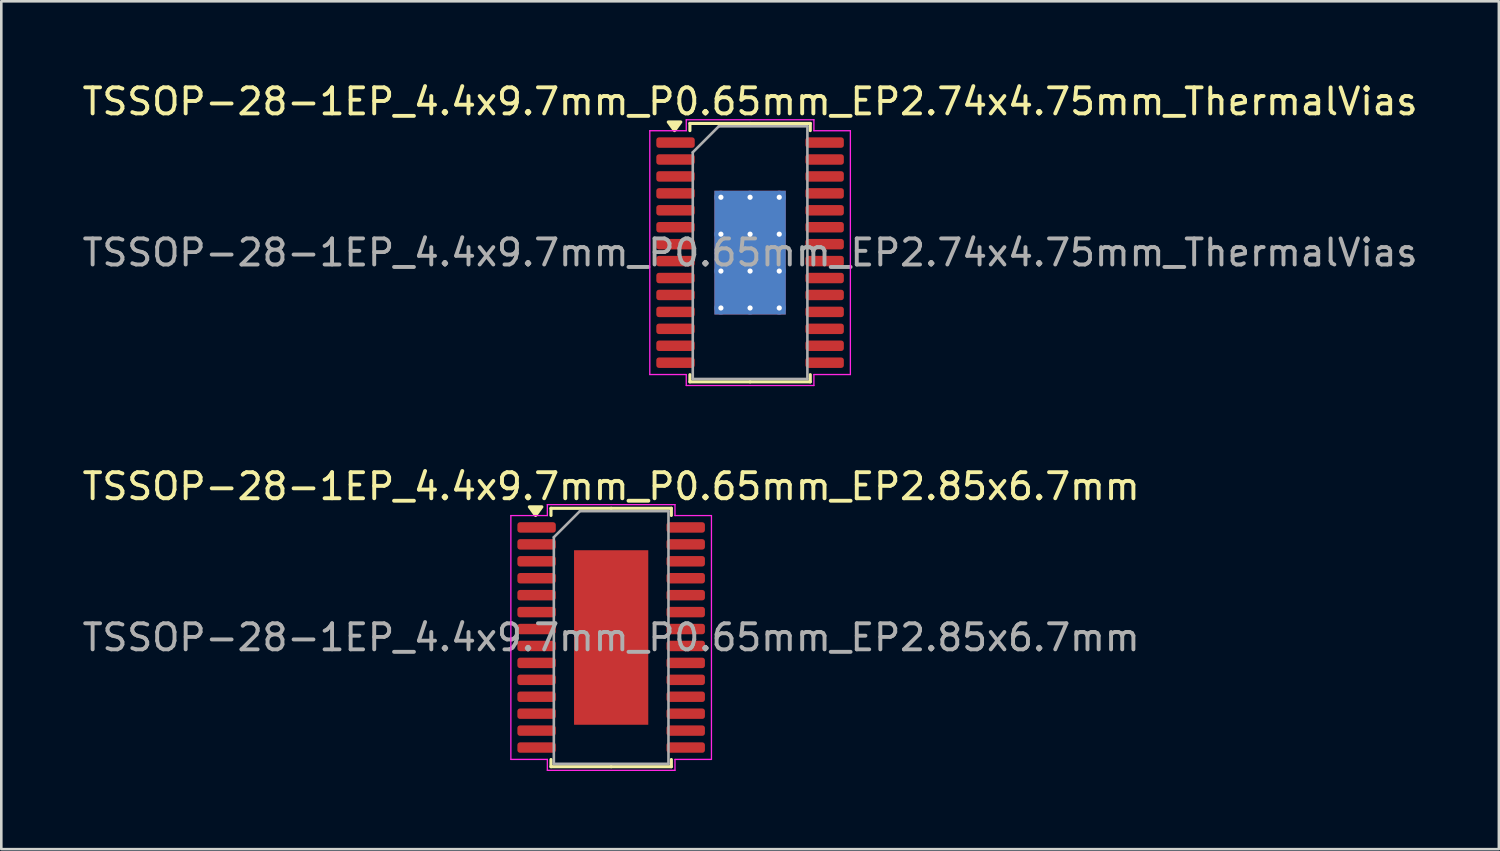
<source format=kicad_pcb>
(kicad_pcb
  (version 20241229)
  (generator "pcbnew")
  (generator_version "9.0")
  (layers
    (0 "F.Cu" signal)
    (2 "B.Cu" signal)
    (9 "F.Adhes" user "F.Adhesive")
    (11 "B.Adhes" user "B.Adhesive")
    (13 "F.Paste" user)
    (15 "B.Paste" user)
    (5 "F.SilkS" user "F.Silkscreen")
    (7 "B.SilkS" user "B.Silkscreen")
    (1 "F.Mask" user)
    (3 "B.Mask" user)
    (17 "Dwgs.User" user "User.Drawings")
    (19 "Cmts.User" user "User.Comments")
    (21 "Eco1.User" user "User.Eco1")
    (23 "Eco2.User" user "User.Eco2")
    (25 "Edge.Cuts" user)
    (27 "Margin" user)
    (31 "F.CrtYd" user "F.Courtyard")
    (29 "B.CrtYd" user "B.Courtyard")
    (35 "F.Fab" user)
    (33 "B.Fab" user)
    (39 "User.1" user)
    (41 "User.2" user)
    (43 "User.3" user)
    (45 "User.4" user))
  (footprint "TSSOP-28-1EP_4.4x9.7mm_P0.65mm_EP2.74x4.75mm_ThermalVias"
    (layer "F.Cu")
    (at 25.744 6.648)
    (property "Reference" "TSSOP-28-1EP_4.4x9.7mm_P0.65mm_EP2.74x4.75mm_ThermalVias" (at 0 -5.8 0) (layer "F.SilkS") (effects (font (size 1 1) (thickness 0.15))))
    (attr smd)
    (fp_line (start -2.31 -4.96) (end -2.31 -4.685) (stroke (width 0.12) (type solid)) (layer "F.SilkS"))
    (fp_line (start -2.31 4.96) (end -2.31 4.685) (stroke (width 0.12) (type solid)) (layer "F.SilkS"))
    (fp_line (start 0 -4.96) (end -2.31 -4.96) (stroke (width 0.12) (type solid)) (layer "F.SilkS"))
    (fp_line (start 0 -4.96) (end 2.31 -4.96) (stroke (width 0.12) (type solid)) (layer "F.SilkS"))
    (fp_line (start 0 4.96) (end -2.31 4.96) (stroke (width 0.12) (type solid)) (layer "F.SilkS"))
    (fp_line (start 0 4.96) (end 2.31 4.96) (stroke (width 0.12) (type solid)) (layer "F.SilkS"))
    (fp_line (start 2.31 -4.96) (end 2.31 -4.685) (stroke (width 0.12) (type solid)) (layer "F.SilkS"))
    (fp_line (start 2.31 4.96) (end 2.31 4.685) (stroke (width 0.12) (type solid)) (layer "F.SilkS"))
    (fp_poly (pts (xy -2.9 -4.685) (xy -3.14 -5.015) (xy -2.66 -5.015)) (stroke (width 0.12) (type solid)) (fill yes) (layer "F.SilkS"))
    (fp_line (start -3.85 -4.68) (end -2.45 -4.68) (stroke (width 0.05) (type solid)) (layer "F.CrtYd"))
    (fp_line (start -3.85 4.68) (end -3.85 -4.68) (stroke (width 0.05) (type solid)) (layer "F.CrtYd"))
    (fp_line (start -2.45 -5.1) (end 2.45 -5.1) (stroke (width 0.05) (type solid)) (layer "F.CrtYd"))
    (fp_line (start -2.45 -4.68) (end -2.45 -5.1) (stroke (width 0.05) (type solid)) (layer "F.CrtYd"))
    (fp_line (start -2.45 4.68) (end -3.85 4.68) (stroke (width 0.05) (type solid)) (layer "F.CrtYd"))
    (fp_line (start -2.45 5.1) (end -2.45 4.68) (stroke (width 0.05) (type solid)) (layer "F.CrtYd"))
    (fp_line (start 2.45 -5.1) (end 2.45 -4.68) (stroke (width 0.05) (type solid)) (layer "F.CrtYd"))
    (fp_line (start 2.45 -4.68) (end 3.85 -4.68) (stroke (width 0.05) (type solid)) (layer "F.CrtYd"))
    (fp_line (start 2.45 4.68) (end 2.45 5.1) (stroke (width 0.05) (type solid)) (layer "F.CrtYd"))
    (fp_line (start 2.45 5.1) (end -2.45 5.1) (stroke (width 0.05) (type solid)) (layer "F.CrtYd"))
    (fp_line (start 3.85 -4.68) (end 3.85 4.68) (stroke (width 0.05) (type solid)) (layer "F.CrtYd"))
    (fp_line (start 3.85 4.68) (end 2.45 4.68) (stroke (width 0.05) (type solid)) (layer "F.CrtYd"))
    (fp_line (start -2.2 -3.85) (end -1.2 -4.85) (stroke (width 0.1) (type solid)) (layer "F.Fab"))
    (fp_line (start -2.2 4.85) (end -2.2 -3.85) (stroke (width 0.1) (type solid)) (layer "F.Fab"))
    (fp_line (start -1.2 -4.85) (end 2.2 -4.85) (stroke (width 0.1) (type solid)) (layer "F.Fab"))
    (fp_line (start 2.2 -4.85) (end 2.2 4.85) (stroke (width 0.1) (type solid)) (layer "F.Fab"))
    (fp_line (start 2.2 4.85) (end -2.2 4.85) (stroke (width 0.1) (type solid)) (layer "F.Fab"))
    (fp_text user "${REFERENCE}" (at 0 0 0) (layer "F.Fab") (effects (font (size 1 1) (thickness 0.15))))
    (pad "" smd roundrect (at -0.685 -1.58) (size 1.1 1.28) (layers "F.Paste") (roundrect_rratio 0.227))
    (pad "" smd roundrect (at -0.685 0) (size 1.1 1.28) (layers "F.Paste") (roundrect_rratio 0.227))
    (pad "" smd roundrect (at -0.685 1.58) (size 1.1 1.28) (layers "F.Paste") (roundrect_rratio 0.227))
    (pad "" smd roundrect (at 0.685 -1.58) (size 1.1 1.28) (layers "F.Paste") (roundrect_rratio 0.227))
    (pad "" smd roundrect (at 0.685 0) (size 1.1 1.28) (layers "F.Paste") (roundrect_rratio 0.227))
    (pad "" smd roundrect (at 0.685 1.58) (size 1.1 1.28) (layers "F.Paste") (roundrect_rratio 0.227))
    (pad "1" smd roundrect (at -2.862 -4.225) (size 1.475 0.4) (layers "F.Cu" "F.Mask" "F.Paste") (roundrect_rratio 0.25))
    (pad "2" smd roundrect (at -2.862 -3.575) (size 1.475 0.4) (layers "F.Cu" "F.Mask" "F.Paste") (roundrect_rratio 0.25))
    (pad "3" smd roundrect (at -2.862 -2.925) (size 1.475 0.4) (layers "F.Cu" "F.Mask" "F.Paste") (roundrect_rratio 0.25))
    (pad "4" smd roundrect (at -2.862 -2.275) (size 1.475 0.4) (layers "F.Cu" "F.Mask" "F.Paste") (roundrect_rratio 0.25))
    (pad "5" smd roundrect (at -2.862 -1.625) (size 1.475 0.4) (layers "F.Cu" "F.Mask" "F.Paste") (roundrect_rratio 0.25))
    (pad "6" smd roundrect (at -2.862 -0.975) (size 1.475 0.4) (layers "F.Cu" "F.Mask" "F.Paste") (roundrect_rratio 0.25))
    (pad "7" smd roundrect (at -2.862 -0.325) (size 1.475 0.4) (layers "F.Cu" "F.Mask" "F.Paste") (roundrect_rratio 0.25))
    (pad "8" smd roundrect (at -2.862 0.325) (size 1.475 0.4) (layers "F.Cu" "F.Mask" "F.Paste") (roundrect_rratio 0.25))
    (pad "9" smd roundrect (at -2.862 0.975) (size 1.475 0.4) (layers "F.Cu" "F.Mask" "F.Paste") (roundrect_rratio 0.25))
    (pad "10" smd roundrect (at -2.862 1.625) (size 1.475 0.4) (layers "F.Cu" "F.Mask" "F.Paste") (roundrect_rratio 0.25))
    (pad "11" smd roundrect (at -2.862 2.275) (size 1.475 0.4) (layers "F.Cu" "F.Mask" "F.Paste") (roundrect_rratio 0.25))
    (pad "12" smd roundrect (at -2.862 2.925) (size 1.475 0.4) (layers "F.Cu" "F.Mask" "F.Paste") (roundrect_rratio 0.25))
    (pad "13" smd roundrect (at -2.862 3.575) (size 1.475 0.4) (layers "F.Cu" "F.Mask" "F.Paste") (roundrect_rratio 0.25))
    (pad "14" smd roundrect (at -2.862 4.225) (size 1.475 0.4) (layers "F.Cu" "F.Mask" "F.Paste") (roundrect_rratio 0.25))
    (pad "15" smd roundrect (at 2.862 4.225) (size 1.475 0.4) (layers "F.Cu" "F.Mask" "F.Paste") (roundrect_rratio 0.25))
    (pad "16" smd roundrect (at 2.862 3.575) (size 1.475 0.4) (layers "F.Cu" "F.Mask" "F.Paste") (roundrect_rratio 0.25))
    (pad "17" smd roundrect (at 2.862 2.925) (size 1.475 0.4) (layers "F.Cu" "F.Mask" "F.Paste") (roundrect_rratio 0.25))
    (pad "18" smd roundrect (at 2.862 2.275) (size 1.475 0.4) (layers "F.Cu" "F.Mask" "F.Paste") (roundrect_rratio 0.25))
    (pad "19" smd roundrect (at 2.862 1.625) (size 1.475 0.4) (layers "F.Cu" "F.Mask" "F.Paste") (roundrect_rratio 0.25))
    (pad "20" smd roundrect (at 2.862 0.975) (size 1.475 0.4) (layers "F.Cu" "F.Mask" "F.Paste") (roundrect_rratio 0.25))
    (pad "21" smd roundrect (at 2.862 0.325) (size 1.475 0.4) (layers "F.Cu" "F.Mask" "F.Paste") (roundrect_rratio 0.25))
    (pad "22" smd roundrect (at 2.862 -0.325) (size 1.475 0.4) (layers "F.Cu" "F.Mask" "F.Paste") (roundrect_rratio 0.25))
    (pad "23" smd roundrect (at 2.862 -0.975) (size 1.475 0.4) (layers "F.Cu" "F.Mask" "F.Paste") (roundrect_rratio 0.25))
    (pad "24" smd roundrect (at 2.862 -1.625) (size 1.475 0.4) (layers "F.Cu" "F.Mask" "F.Paste") (roundrect_rratio 0.25))
    (pad "25" smd roundrect (at 2.862 -2.275) (size 1.475 0.4) (layers "F.Cu" "F.Mask" "F.Paste") (roundrect_rratio 0.25))
    (pad "26" smd roundrect (at 2.862 -2.925) (size 1.475 0.4) (layers "F.Cu" "F.Mask" "F.Paste") (roundrect_rratio 0.25))
    (pad "27" smd roundrect (at 2.862 -3.575) (size 1.475 0.4) (layers "F.Cu" "F.Mask" "F.Paste") (roundrect_rratio 0.25))
    (pad "28" smd roundrect (at 2.862 -4.225) (size 1.475 0.4) (layers "F.Cu" "F.Mask" "F.Paste") (roundrect_rratio 0.25))
    (pad "29" thru_hole circle (at -1.12 -2.125) (size 0.5 0.5) (drill 0.2) (property pad_prop_heatsink) (layers "*.Cu"))
    (pad "29" thru_hole circle (at -1.12 -0.708) (size 0.5 0.5) (drill 0.2) (property pad_prop_heatsink) (layers "*.Cu"))
    (pad "29" thru_hole circle (at -1.12 0.708) (size 0.5 0.5) (drill 0.2) (property pad_prop_heatsink) (layers "*.Cu"))
    (pad "29" thru_hole circle (at -1.12 2.125) (size 0.5 0.5) (drill 0.2) (property pad_prop_heatsink) (layers "*.Cu"))
    (pad "29" thru_hole circle (at 0 -2.125) (size 0.5 0.5) (drill 0.2) (property pad_prop_heatsink) (layers "*.Cu"))
    (pad "29" thru_hole circle (at 0 -0.708) (size 0.5 0.5) (drill 0.2) (property pad_prop_heatsink) (layers "*.Cu"))
    (pad "29" smd rect (at 0 0) (size 2.74 4.75) (property pad_prop_heatsink) (layers "F.Cu" "F.Mask"))
    (pad "29" smd rect (at 0 0) (size 2.74 4.75) (property pad_prop_heatsink) (layers "B.Cu"))
    (pad "29" thru_hole circle (at 0 0.708) (size 0.5 0.5) (drill 0.2) (property pad_prop_heatsink) (layers "*.Cu"))
    (pad "29" thru_hole circle (at 0 2.125) (size 0.5 0.5) (drill 0.2) (property pad_prop_heatsink) (layers "*.Cu"))
    (pad "29" thru_hole circle (at 1.12 -2.125) (size 0.5 0.5) (drill 0.2) (property pad_prop_heatsink) (layers "*.Cu"))
    (pad "29" thru_hole circle (at 1.12 -0.708) (size 0.5 0.5) (drill 0.2) (property pad_prop_heatsink) (layers "*.Cu"))
    (pad "29" thru_hole circle (at 1.12 0.708) (size 0.5 0.5) (drill 0.2) (property pad_prop_heatsink) (layers "*.Cu"))
    (pad "29" thru_hole circle (at 1.12 2.125) (size 0.5 0.5) (drill 0.2) (property pad_prop_heatsink) (layers "*.Cu")))
  (footprint "TSSOP-28-1EP_4.4x9.7mm_P0.65mm_EP2.85x6.7mm"
    (layer "F.Cu")
    (at 20.411 21.422)
    (property "Reference" "TSSOP-28-1EP_4.4x9.7mm_P0.65mm_EP2.85x6.7mm" (at 0 -5.8 0) (layer "F.SilkS") (effects (font (size 1 1) (thickness 0.15))))
    (attr smd)
    (fp_line (start -2.31 -4.96) (end -2.31 -4.685) (stroke (width 0.12) (type solid)) (layer "F.SilkS"))
    (fp_line (start -2.31 4.96) (end -2.31 4.685) (stroke (width 0.12) (type solid)) (layer "F.SilkS"))
    (fp_line (start 0 -4.96) (end -2.31 -4.96) (stroke (width 0.12) (type solid)) (layer "F.SilkS"))
    (fp_line (start 0 -4.96) (end 2.31 -4.96) (stroke (width 0.12) (type solid)) (layer "F.SilkS"))
    (fp_line (start 0 4.96) (end -2.31 4.96) (stroke (width 0.12) (type solid)) (layer "F.SilkS"))
    (fp_line (start 0 4.96) (end 2.31 4.96) (stroke (width 0.12) (type solid)) (layer "F.SilkS"))
    (fp_line (start 2.31 -4.96) (end 2.31 -4.685) (stroke (width 0.12) (type solid)) (layer "F.SilkS"))
    (fp_line (start 2.31 4.96) (end 2.31 4.685) (stroke (width 0.12) (type solid)) (layer "F.SilkS"))
    (fp_poly (pts (xy -2.9 -4.685) (xy -3.14 -5.015) (xy -2.66 -5.015)) (stroke (width 0.12) (type solid)) (fill yes) (layer "F.SilkS"))
    (fp_line (start -3.85 -4.68) (end -2.45 -4.68) (stroke (width 0.05) (type solid)) (layer "F.CrtYd"))
    (fp_line (start -3.85 4.68) (end -3.85 -4.68) (stroke (width 0.05) (type solid)) (layer "F.CrtYd"))
    (fp_line (start -2.45 -5.1) (end 2.45 -5.1) (stroke (width 0.05) (type solid)) (layer "F.CrtYd"))
    (fp_line (start -2.45 -4.68) (end -2.45 -5.1) (stroke (width 0.05) (type solid)) (layer "F.CrtYd"))
    (fp_line (start -2.45 4.68) (end -3.85 4.68) (stroke (width 0.05) (type solid)) (layer "F.CrtYd"))
    (fp_line (start -2.45 5.1) (end -2.45 4.68) (stroke (width 0.05) (type solid)) (layer "F.CrtYd"))
    (fp_line (start 2.45 -5.1) (end 2.45 -4.68) (stroke (width 0.05) (type solid)) (layer "F.CrtYd"))
    (fp_line (start 2.45 -4.68) (end 3.85 -4.68) (stroke (width 0.05) (type solid)) (layer "F.CrtYd"))
    (fp_line (start 2.45 4.68) (end 2.45 5.1) (stroke (width 0.05) (type solid)) (layer "F.CrtYd"))
    (fp_line (start 2.45 5.1) (end -2.45 5.1) (stroke (width 0.05) (type solid)) (layer "F.CrtYd"))
    (fp_line (start 3.85 -4.68) (end 3.85 4.68) (stroke (width 0.05) (type solid)) (layer "F.CrtYd"))
    (fp_line (start 3.85 4.68) (end 2.45 4.68) (stroke (width 0.05) (type solid)) (layer "F.CrtYd"))
    (fp_line (start -2.2 -3.85) (end -1.2 -4.85) (stroke (width 0.1) (type solid)) (layer "F.Fab"))
    (fp_line (start -2.2 4.85) (end -2.2 -3.85) (stroke (width 0.1) (type solid)) (layer "F.Fab"))
    (fp_line (start -1.2 -4.85) (end 2.2 -4.85) (stroke (width 0.1) (type solid)) (layer "F.Fab"))
    (fp_line (start 2.2 -4.85) (end 2.2 4.85) (stroke (width 0.1) (type solid)) (layer "F.Fab"))
    (fp_line (start 2.2 4.85) (end -2.2 4.85) (stroke (width 0.1) (type solid)) (layer "F.Fab"))
    (fp_text user "${REFERENCE}" (at 0 0 0) (layer "F.Fab") (effects (font (size 1 1) (thickness 0.15))))
    (pad "" smd roundrect (at -0.71 -2.23) (size 1.15 1.8) (layers "F.Paste") (roundrect_rratio 0.217))
    (pad "" smd roundrect (at -0.71 0) (size 1.15 1.8) (layers "F.Paste") (roundrect_rratio 0.217))
    (pad "" smd roundrect (at -0.71 2.23) (size 1.15 1.8) (layers "F.Paste") (roundrect_rratio 0.217))
    (pad "" smd roundrect (at 0.71 -2.23) (size 1.15 1.8) (layers "F.Paste") (roundrect_rratio 0.217))
    (pad "" smd roundrect (at 0.71 0) (size 1.15 1.8) (layers "F.Paste") (roundrect_rratio 0.217))
    (pad "" smd roundrect (at 0.71 2.23) (size 1.15 1.8) (layers "F.Paste") (roundrect_rratio 0.217))
    (pad "1" smd roundrect (at -2.862 -4.225) (size 1.475 0.4) (layers "F.Cu" "F.Mask" "F.Paste") (roundrect_rratio 0.25))
    (pad "2" smd roundrect (at -2.862 -3.575) (size 1.475 0.4) (layers "F.Cu" "F.Mask" "F.Paste") (roundrect_rratio 0.25))
    (pad "3" smd roundrect (at -2.862 -2.925) (size 1.475 0.4) (layers "F.Cu" "F.Mask" "F.Paste") (roundrect_rratio 0.25))
    (pad "4" smd roundrect (at -2.862 -2.275) (size 1.475 0.4) (layers "F.Cu" "F.Mask" "F.Paste") (roundrect_rratio 0.25))
    (pad "5" smd roundrect (at -2.862 -1.625) (size 1.475 0.4) (layers "F.Cu" "F.Mask" "F.Paste") (roundrect_rratio 0.25))
    (pad "6" smd roundrect (at -2.862 -0.975) (size 1.475 0.4) (layers "F.Cu" "F.Mask" "F.Paste") (roundrect_rratio 0.25))
    (pad "7" smd roundrect (at -2.862 -0.325) (size 1.475 0.4) (layers "F.Cu" "F.Mask" "F.Paste") (roundrect_rratio 0.25))
    (pad "8" smd roundrect (at -2.862 0.325) (size 1.475 0.4) (layers "F.Cu" "F.Mask" "F.Paste") (roundrect_rratio 0.25))
    (pad "9" smd roundrect (at -2.862 0.975) (size 1.475 0.4) (layers "F.Cu" "F.Mask" "F.Paste") (roundrect_rratio 0.25))
    (pad "10" smd roundrect (at -2.862 1.625) (size 1.475 0.4) (layers "F.Cu" "F.Mask" "F.Paste") (roundrect_rratio 0.25))
    (pad "11" smd roundrect (at -2.862 2.275) (size 1.475 0.4) (layers "F.Cu" "F.Mask" "F.Paste") (roundrect_rratio 0.25))
    (pad "12" smd roundrect (at -2.862 2.925) (size 1.475 0.4) (layers "F.Cu" "F.Mask" "F.Paste") (roundrect_rratio 0.25))
    (pad "13" smd roundrect (at -2.862 3.575) (size 1.475 0.4) (layers "F.Cu" "F.Mask" "F.Paste") (roundrect_rratio 0.25))
    (pad "14" smd roundrect (at -2.862 4.225) (size 1.475 0.4) (layers "F.Cu" "F.Mask" "F.Paste") (roundrect_rratio 0.25))
    (pad "15" smd roundrect (at 2.862 4.225) (size 1.475 0.4) (layers "F.Cu" "F.Mask" "F.Paste") (roundrect_rratio 0.25))
    (pad "16" smd roundrect (at 2.862 3.575) (size 1.475 0.4) (layers "F.Cu" "F.Mask" "F.Paste") (roundrect_rratio 0.25))
    (pad "17" smd roundrect (at 2.862 2.925) (size 1.475 0.4) (layers "F.Cu" "F.Mask" "F.Paste") (roundrect_rratio 0.25))
    (pad "18" smd roundrect (at 2.862 2.275) (size 1.475 0.4) (layers "F.Cu" "F.Mask" "F.Paste") (roundrect_rratio 0.25))
    (pad "19" smd roundrect (at 2.862 1.625) (size 1.475 0.4) (layers "F.Cu" "F.Mask" "F.Paste") (roundrect_rratio 0.25))
    (pad "20" smd roundrect (at 2.862 0.975) (size 1.475 0.4) (layers "F.Cu" "F.Mask" "F.Paste") (roundrect_rratio 0.25))
    (pad "21" smd roundrect (at 2.862 0.325) (size 1.475 0.4) (layers "F.Cu" "F.Mask" "F.Paste") (roundrect_rratio 0.25))
    (pad "22" smd roundrect (at 2.862 -0.325) (size 1.475 0.4) (layers "F.Cu" "F.Mask" "F.Paste") (roundrect_rratio 0.25))
    (pad "23" smd roundrect (at 2.862 -0.975) (size 1.475 0.4) (layers "F.Cu" "F.Mask" "F.Paste") (roundrect_rratio 0.25))
    (pad "24" smd roundrect (at 2.862 -1.625) (size 1.475 0.4) (layers "F.Cu" "F.Mask" "F.Paste") (roundrect_rratio 0.25))
    (pad "25" smd roundrect (at 2.862 -2.275) (size 1.475 0.4) (layers "F.Cu" "F.Mask" "F.Paste") (roundrect_rratio 0.25))
    (pad "26" smd roundrect (at 2.862 -2.925) (size 1.475 0.4) (layers "F.Cu" "F.Mask" "F.Paste") (roundrect_rratio 0.25))
    (pad "27" smd roundrect (at 2.862 -3.575) (size 1.475 0.4) (layers "F.Cu" "F.Mask" "F.Paste") (roundrect_rratio 0.25))
    (pad "28" smd roundrect (at 2.862 -4.225) (size 1.475 0.4) (layers "F.Cu" "F.Mask" "F.Paste") (roundrect_rratio 0.25))
    (pad "29" smd rect (at 0 0) (size 2.85 6.7) (property pad_prop_heatsink) (layers "F.Cu" "F.Mask")))
  (gr_rect
    (start -3 -3)
    (end 54.488 29.547)
    (stroke (width 0.1) (type default))
    (fill no)
    (layer "Edge.Cuts")))
</source>
